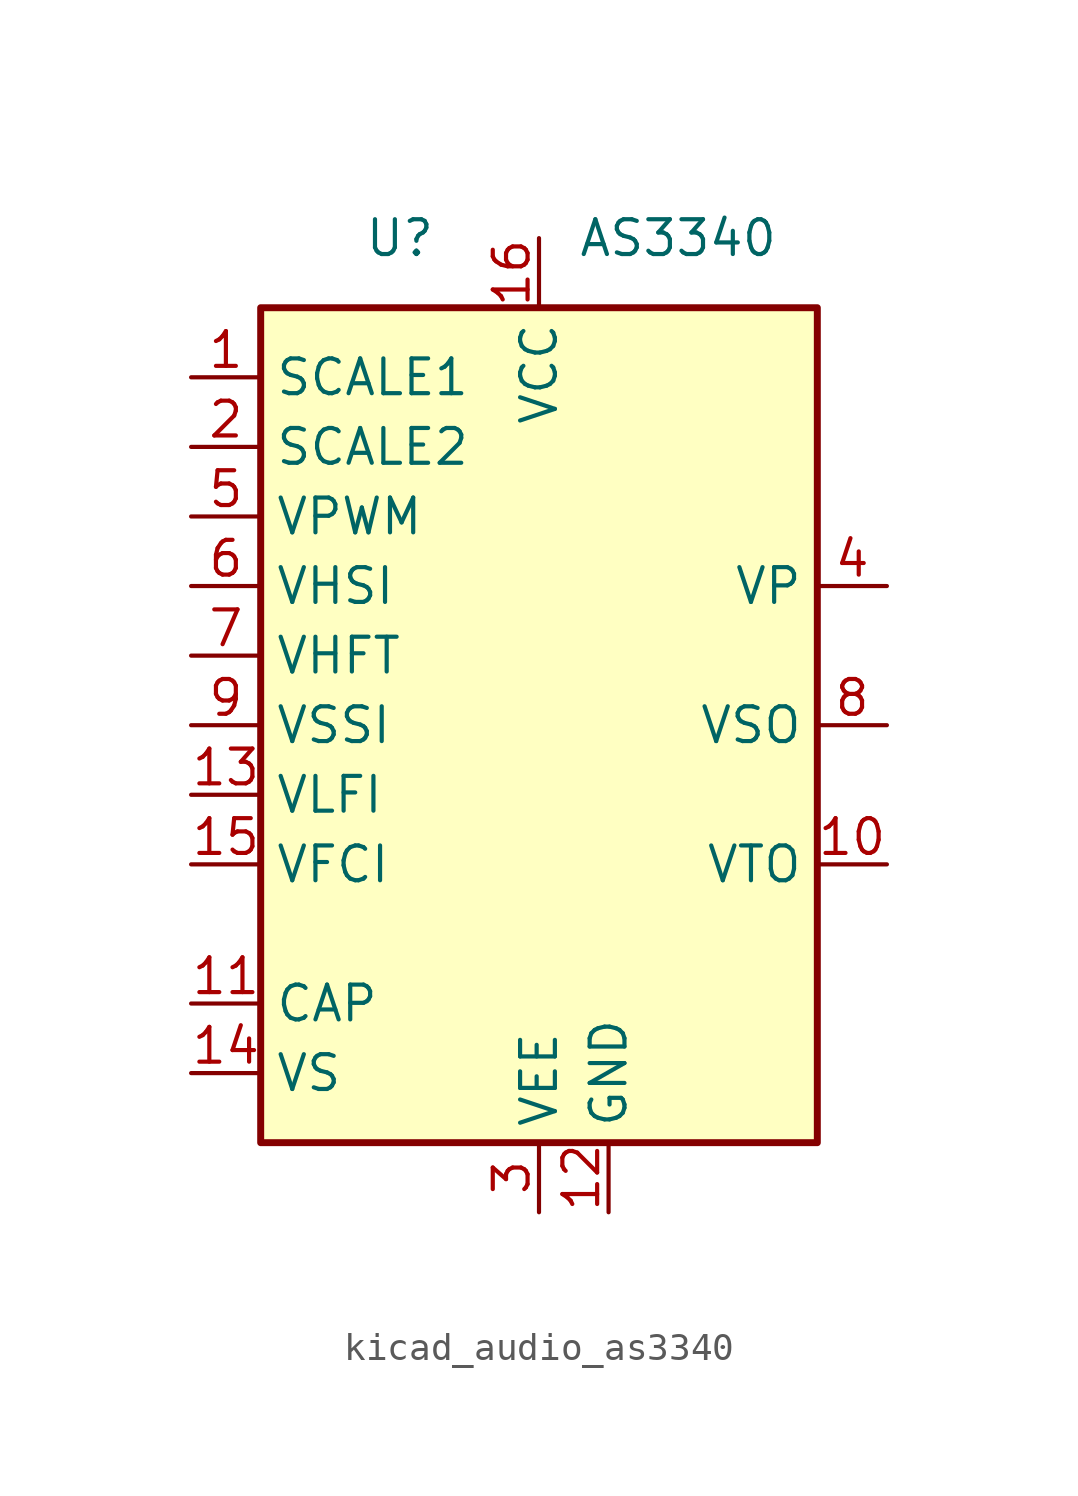
<source format=kicad_sym>
(kicad_symbol_lib
  (version 20220914)
  (generator kicad_symbol_editor)
  (symbol "kicad_audio_as3340"
    (property "Reference" "U"
      (at -5.08 17.78 0)
      (effects (font (size 1.27 1.27))))
    (property "Value" "AS3340"
      (at 5.08 17.78 0)
      (effects (font (size 1.27 1.27))))
    (symbol "kicad_audio_as3340_0_1"
      (rectangle (start -10.16 15.24) (end 10.16 -15.24) (stroke (width 0.254) (type default)) (fill (type background))))
    (symbol "kicad_audio_as3340_1_1"
      (pin input line (at -12.7 12.7 0) (length 2.54) (name "SCALE1" (effects (font (size 1.27 1.27)))) (number "1" (effects (font (size 1.27 1.27)))))
      (pin output line (at 12.7 -5.08 180) (length 2.54) (name "VTO" (effects (font (size 1.27 1.27)))) (number "10" (effects (font (size 1.27 1.27)))))
      (pin passive line (at -12.7 -10.16 0) (length 2.54) (name "CAP" (effects (font (size 1.27 1.27)))) (number "11" (effects (font (size 1.27 1.27)))))
      (pin power_in line (at 2.54 -17.78 90) (length 2.54) (name "GND" (effects (font (size 1.27 1.27)))) (number "12" (effects (font (size 1.27 1.27)))))
      (pin input line (at -12.7 -2.54 0) (length 2.54) (name "VLFI" (effects (font (size 1.27 1.27)))) (number "13" (effects (font (size 1.27 1.27)))))
      (pin passive line (at -12.7 -12.7 0) (length 2.54) (name "VS" (effects (font (size 1.27 1.27)))) (number "14" (effects (font (size 1.27 1.27)))))
      (pin input line (at -12.7 -5.08 0) (length 2.54) (name "VFCI" (effects (font (size 1.27 1.27)))) (number "15" (effects (font (size 1.27 1.27)))))
      (pin power_in line (at 0 17.78 270) (length 2.54) (name "VCC" (effects (font (size 1.27 1.27)))) (number "16" (effects (font (size 1.27 1.27)))))
      (pin input line (at -12.7 10.16 0) (length 2.54) (name "SCALE2" (effects (font (size 1.27 1.27)))) (number "2" (effects (font (size 1.27 1.27)))))
      (pin power_in line (at 0 -17.78 90) (length 2.54) (name "VEE" (effects (font (size 1.27 1.27)))) (number "3" (effects (font (size 1.27 1.27)))))
      (pin output line (at 12.7 5.08 180) (length 2.54) (name "VP" (effects (font (size 1.27 1.27)))) (number "4" (effects (font (size 1.27 1.27)))))
      (pin input line (at -12.7 7.62 0) (length 2.54) (name "VPWM" (effects (font (size 1.27 1.27)))) (number "5" (effects (font (size 1.27 1.27)))))
      (pin input line (at -12.7 5.08 0) (length 2.54) (name "VHSI" (effects (font (size 1.27 1.27)))) (number "6" (effects (font (size 1.27 1.27)))))
      (pin input line (at -12.7 2.54 0) (length 2.54) (name "VHFT" (effects (font (size 1.27 1.27)))) (number "7" (effects (font (size 1.27 1.27)))))
      (pin output line (at 12.7 0 180) (length 2.54) (name "VSO" (effects (font (size 1.27 1.27)))) (number "8" (effects (font (size 1.27 1.27)))))
      (pin input line (at -12.7 0 0) (length 2.54) (name "VSSI" (effects (font (size 1.27 1.27)))) (number "9" (effects (font (size 1.27 1.27))))))))
</source>
